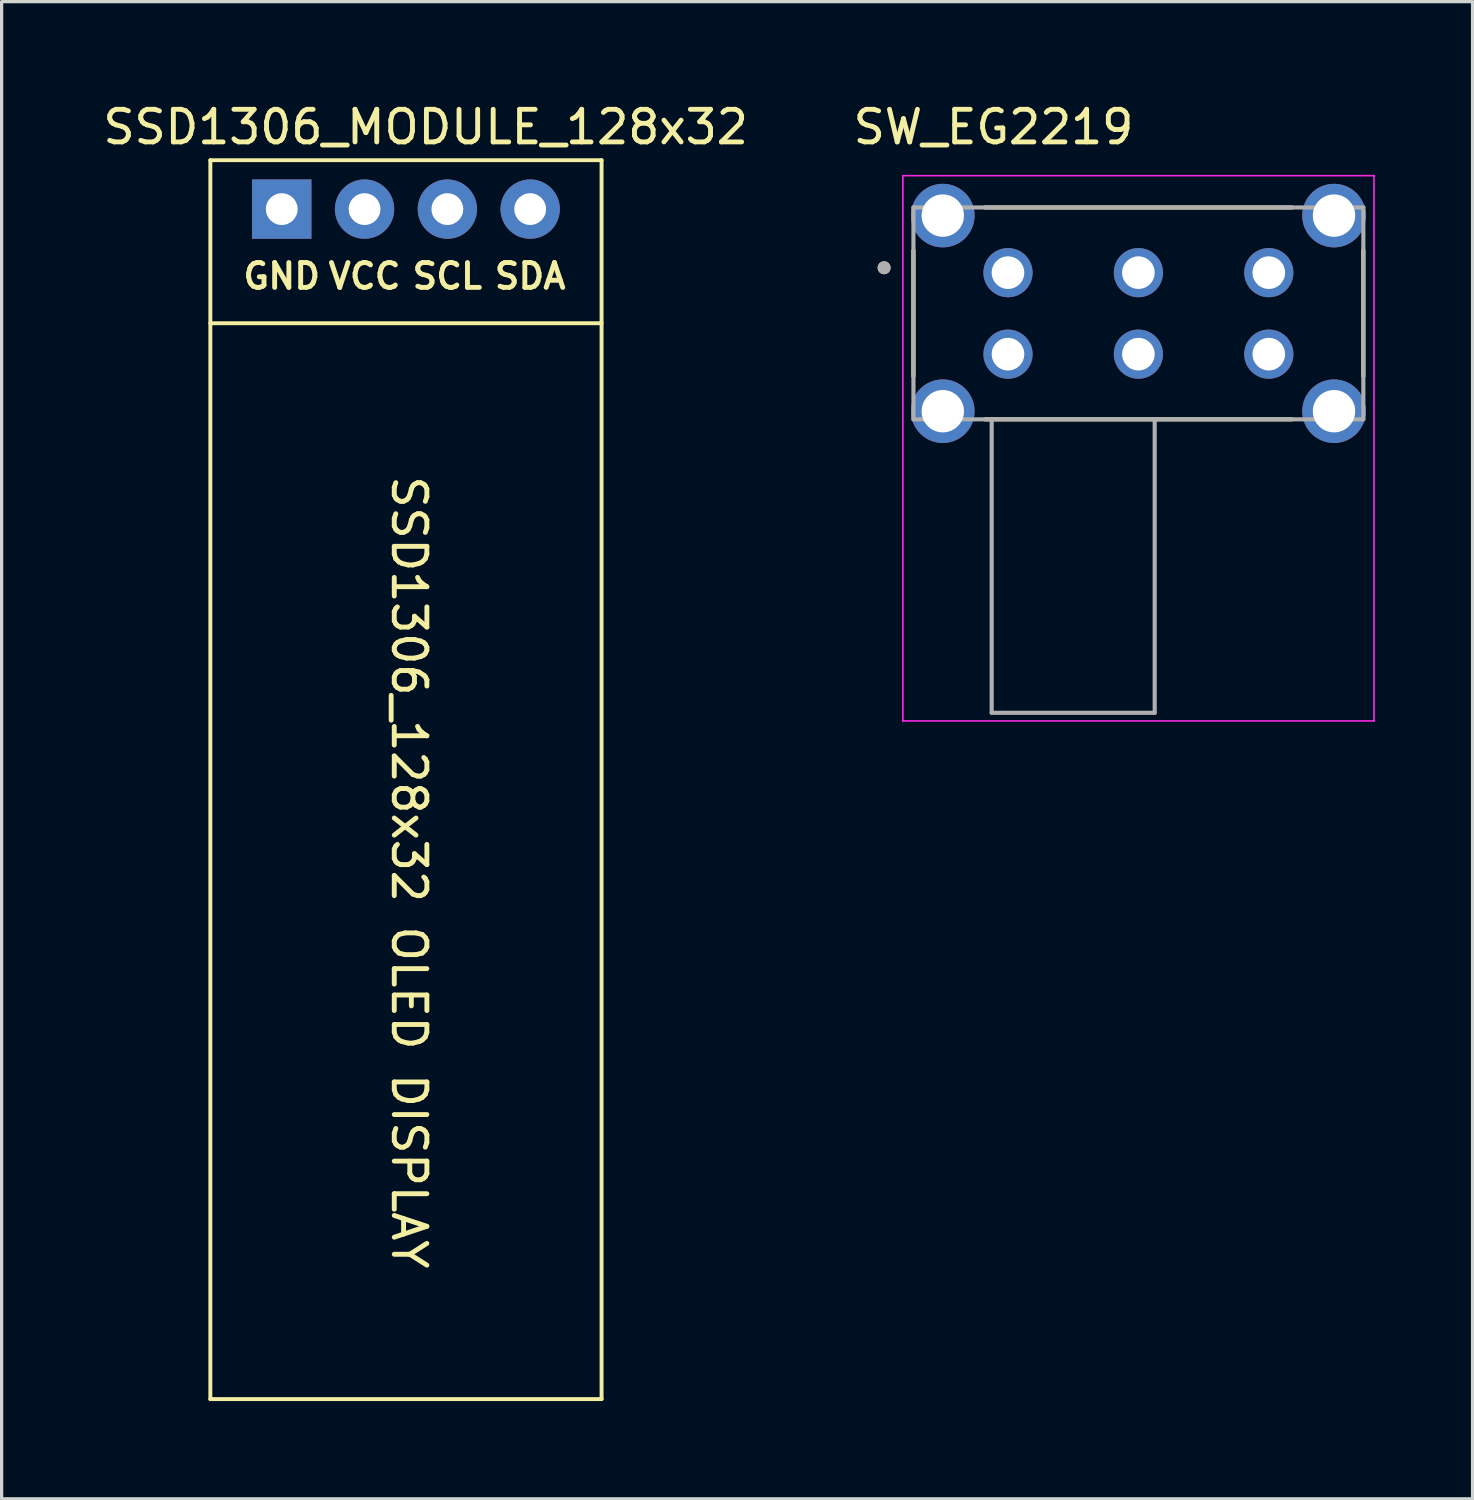
<source format=kicad_pcb>
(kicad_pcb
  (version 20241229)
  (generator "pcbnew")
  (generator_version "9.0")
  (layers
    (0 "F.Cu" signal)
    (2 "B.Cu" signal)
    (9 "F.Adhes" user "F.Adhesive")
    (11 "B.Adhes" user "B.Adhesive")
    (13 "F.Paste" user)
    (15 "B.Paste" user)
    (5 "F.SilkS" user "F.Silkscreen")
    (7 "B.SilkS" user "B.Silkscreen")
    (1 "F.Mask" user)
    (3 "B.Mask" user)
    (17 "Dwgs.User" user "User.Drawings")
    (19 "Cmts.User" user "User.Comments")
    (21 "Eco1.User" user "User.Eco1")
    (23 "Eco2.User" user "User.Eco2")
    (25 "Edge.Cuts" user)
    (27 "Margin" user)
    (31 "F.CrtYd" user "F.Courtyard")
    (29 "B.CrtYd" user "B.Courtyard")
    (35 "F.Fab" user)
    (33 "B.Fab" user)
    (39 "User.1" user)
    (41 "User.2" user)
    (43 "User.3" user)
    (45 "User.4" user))
  (footprint "SW_EG2219"
    (layer "F.Cu")
    (at 31.868 6.563)
    (property "Reference" "SW_EG2219" (at -4.445 -5.715 0) (layer "F.SilkS") (effects (font (size 1 1) (thickness 0.15))))
    (attr through_hole)
    (fp_line (start -6.9 -1.93) (end -6.9 1.93) (stroke (width 0.127) (type solid)) (layer "F.SilkS"))
    (fp_line (start -4.705 3.25) (end 4.705 3.25) (stroke (width 0.127) (type solid)) (layer "F.SilkS"))
    (fp_line (start 4.705 -3.25) (end -4.705 -3.25) (stroke (width 0.127) (type solid)) (layer "F.SilkS"))
    (fp_line (start 6.9 1.93) (end 6.9 -1.93) (stroke (width 0.127) (type solid)) (layer "F.SilkS"))
    (fp_circle (center -7.8 -1.4) (end -7.7 -1.4) (stroke (width 0.2) (type solid)) (fill no) (layer "F.SilkS"))
    (fp_line (start -7.225 -4.225) (end 7.225 -4.225) (stroke (width 0.05) (type solid)) (layer "F.CrtYd"))
    (fp_line (start -7.225 12.5) (end -7.225 -4.225) (stroke (width 0.05) (type solid)) (layer "F.CrtYd"))
    (fp_line (start 7.225 -4.225) (end 7.225 12.5) (stroke (width 0.05) (type solid)) (layer "F.CrtYd"))
    (fp_line (start 7.225 12.5) (end -7.225 12.5) (stroke (width 0.05) (type solid)) (layer "F.CrtYd"))
    (fp_line (start -6.9 -3.25) (end -6.9 3.25) (stroke (width 0.127) (type solid)) (layer "F.Fab"))
    (fp_line (start -6.9 3.25) (end 6.9 3.25) (stroke (width 0.127) (type solid)) (layer "F.Fab"))
    (fp_line (start -4.5 12.25) (end -4.5 3.25) (stroke (width 0.127) (type solid)) (layer "F.Fab"))
    (fp_line (start 0.5 3.25) (end 0.5 12.25) (stroke (width 0.127) (type solid)) (layer "F.Fab"))
    (fp_line (start 0.5 12.25) (end -4.5 12.25) (stroke (width 0.127) (type solid)) (layer "F.Fab"))
    (fp_line (start 6.9 -3.25) (end -6.9 -3.25) (stroke (width 0.127) (type solid)) (layer "F.Fab"))
    (fp_line (start 6.9 3.25) (end 6.9 -3.25) (stroke (width 0.127) (type solid)) (layer "F.Fab"))
    (fp_circle (center -7.8 -1.4) (end -7.7 -1.4) (stroke (width 0.2) (type solid)) (fill no) (layer "F.Fab"))
    (pad "1" thru_hole circle (at -4 -1.25) (size 1.508 1.508) (drill 1) (layers "*.Cu" "*.Mask"))
    (pad "2" thru_hole circle (at 0 -1.25) (size 1.508 1.508) (drill 1) (layers "*.Cu" "*.Mask"))
    (pad "3" thru_hole circle (at 4 -1.25) (size 1.508 1.508) (drill 1) (layers "*.Cu" "*.Mask"))
    (pad "4" thru_hole circle (at -4 1.25) (size 1.508 1.508) (drill 1) (layers "*.Cu" "*.Mask"))
    (pad "5" thru_hole circle (at 0 1.25) (size 1.508 1.508) (drill 1) (layers "*.Cu" "*.Mask"))
    (pad "6" thru_hole circle (at 4 1.25) (size 1.508 1.508) (drill 1) (layers "*.Cu" "*.Mask"))
    (pad "S1" thru_hole circle (at -6 -3) (size 1.95 1.95) (drill 1.3) (layers "*.Cu" "*.Mask"))
    (pad "S2" thru_hole circle (at 6 -3) (size 1.95 1.95) (drill 1.3) (layers "*.Cu" "*.Mask"))
    (pad "S3" thru_hole circle (at -6 3) (size 1.95 1.95) (drill 1.3) (layers "*.Cu" "*.Mask"))
    (pad "S4" thru_hole circle (at 6 3) (size 1.95 1.95) (drill 1.3) (layers "*.Cu" "*.Mask")))
  (footprint "SSD1306_MODULE_128x32"
    (layer "F.Cu")
    (at 3.402 1.864)
    (property "Reference" "SSD1306_MODULE_128x32" (at 6.604 -1.016 0) (layer "F.SilkS") (effects (font (size 1 1) (thickness 0.15))))
    (attr through_hole)
    (fp_line (start 0 0) (end 0 38) (stroke (width 0.12) (type solid)) (layer "F.SilkS"))
    (fp_line (start 0 38) (end 12 38) (stroke (width 0.12) (type solid)) (layer "F.SilkS"))
    (fp_line (start 12 0) (end 0 0) (stroke (width 0.12) (type solid)) (layer "F.SilkS"))
    (fp_line (start 12 5) (end 0 5) (stroke (width 0.12) (type solid)) (layer "F.SilkS"))
    (fp_line (start 12 38) (end 12 0) (stroke (width 0.12) (type solid)) (layer "F.SilkS"))
    (fp_text user "SSD1306_128x32 OLED DISPLAY" (at 6.096 21.844 270) (unlocked yes) (layer "F.SilkS") (effects (font (size 1 1) (thickness 0.15))))
    (fp_text user "GND" (at 2.19 3.556 0) (layer "F.SilkS") (effects (font (size 0.762 0.762) (thickness 0.15))))
    (fp_text user "VCC" (at 4.73 3.556 0) (layer "F.SilkS") (effects (font (size 0.762 0.762) (thickness 0.15))))
    (fp_text user "SDA" (at 9.81 3.556 0) (layer "F.SilkS") (effects (font (size 0.762 0.762) (thickness 0.15))))
    (fp_text user "SCL" (at 7.27 3.556 0) (layer "F.SilkS") (effects (font (size 0.762 0.762) (thickness 0.15))))
    (pad "1" thru_hole rect (at 2.19 1.5) (size 1.82 1.82) (drill 0.974) (layers "*.Cu" "*.Mask"))
    (pad "2" thru_hole circle (at 4.73 1.5) (size 1.82 1.82) (drill 0.974) (layers "*.Cu" "*.Mask"))
    (pad "3" thru_hole circle (at 7.27 1.5) (size 1.82 1.82) (drill 0.974) (layers "*.Cu" "*.Mask"))
    (pad "4" thru_hole circle (at 9.81 1.5) (size 1.82 1.82) (drill 0.974) (layers "*.Cu" "*.Mask")))
  (gr_rect
    (start -3 -3)
    (end 42.118 42.924)
    (stroke (width 0.1) (type default))
    (fill no)
    (layer "Edge.Cuts")))
</source>
